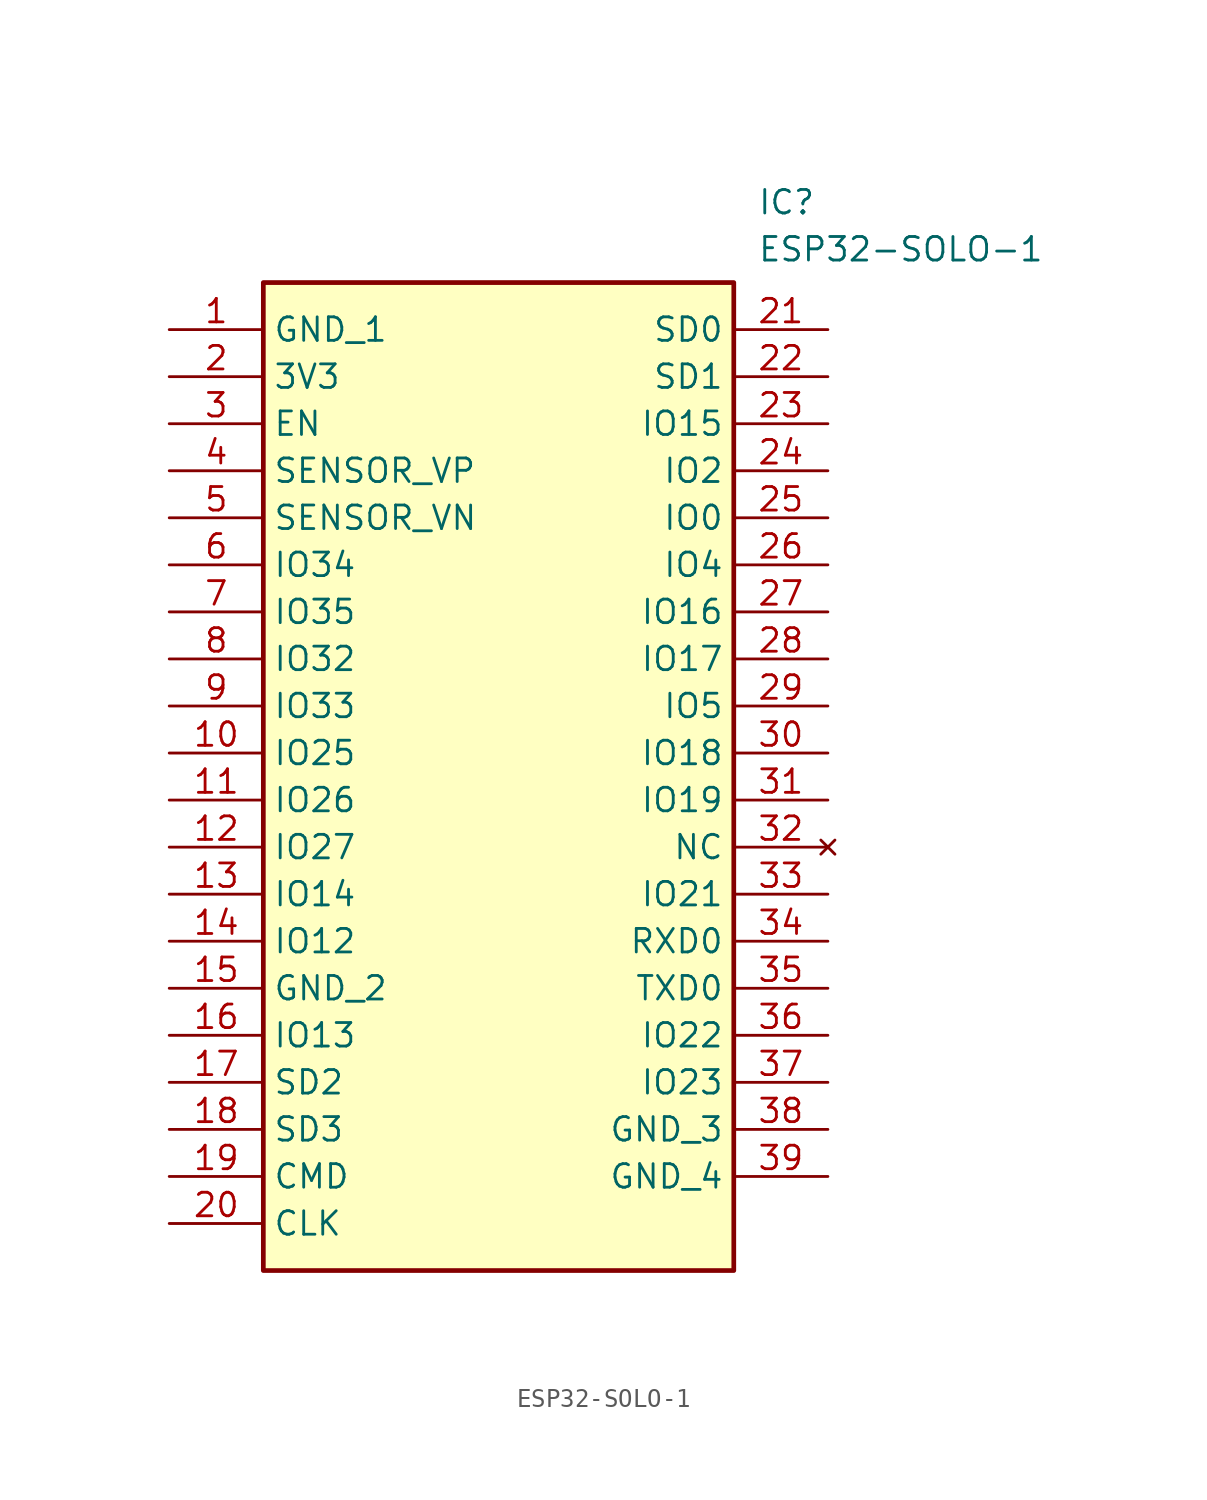
<source format=kicad_sym>
(kicad_symbol_lib
  (version 20211014)
  (generator SamacSys_ECAD_Model)
  (symbol "ESP32-SOLO-1"
    (property "Reference" "IC"
      (at 31.75 7.62 0)
      (effects (font (size 1.27 1.27)) (justify left top)))
    (property "Value" "ESP32-SOLO-1"
      (at 31.75 5.08 0)
      (effects (font (size 1.27 1.27)) (justify left top)))
    (rectangle
      (start 5.08 2.54)
      (end 30.48 -50.8)
      (stroke (width 0.254) (type default))
      (fill (type background)))
    (pin passive line
      (at 0 0 0)
      (length 5.08)
      (name "GND_1" (effects (font (size 1.27 1.27))))
      (number "1" (effects (font (size 1.27 1.27)))))
    (pin passive line
      (at 0 -2.54 0)
      (length 5.08)
      (name "3V3" (effects (font (size 1.27 1.27))))
      (number "2" (effects (font (size 1.27 1.27)))))
    (pin passive line
      (at 0 -5.08 0)
      (length 5.08)
      (name "EN" (effects (font (size 1.27 1.27))))
      (number "3" (effects (font (size 1.27 1.27)))))
    (pin passive line
      (at 0 -7.62 0)
      (length 5.08)
      (name "SENSOR_VP" (effects (font (size 1.27 1.27))))
      (number "4" (effects (font (size 1.27 1.27)))))
    (pin passive line
      (at 0 -10.16 0)
      (length 5.08)
      (name "SENSOR_VN" (effects (font (size 1.27 1.27))))
      (number "5" (effects (font (size 1.27 1.27)))))
    (pin passive line
      (at 0 -12.7 0)
      (length 5.08)
      (name "IO34" (effects (font (size 1.27 1.27))))
      (number "6" (effects (font (size 1.27 1.27)))))
    (pin passive line
      (at 0 -15.24 0)
      (length 5.08)
      (name "IO35" (effects (font (size 1.27 1.27))))
      (number "7" (effects (font (size 1.27 1.27)))))
    (pin passive line
      (at 0 -17.78 0)
      (length 5.08)
      (name "IO32" (effects (font (size 1.27 1.27))))
      (number "8" (effects (font (size 1.27 1.27)))))
    (pin passive line
      (at 0 -20.32 0)
      (length 5.08)
      (name "IO33" (effects (font (size 1.27 1.27))))
      (number "9" (effects (font (size 1.27 1.27)))))
    (pin passive line
      (at 0 -22.86 0)
      (length 5.08)
      (name "IO25" (effects (font (size 1.27 1.27))))
      (number "10" (effects (font (size 1.27 1.27)))))
    (pin passive line
      (at 0 -25.4 0)
      (length 5.08)
      (name "IO26" (effects (font (size 1.27 1.27))))
      (number "11" (effects (font (size 1.27 1.27)))))
    (pin passive line
      (at 0 -27.94 0)
      (length 5.08)
      (name "IO27" (effects (font (size 1.27 1.27))))
      (number "12" (effects (font (size 1.27 1.27)))))
    (pin passive line
      (at 0 -30.48 0)
      (length 5.08)
      (name "IO14" (effects (font (size 1.27 1.27))))
      (number "13" (effects (font (size 1.27 1.27)))))
    (pin passive line
      (at 0 -33.02 0)
      (length 5.08)
      (name "IO12" (effects (font (size 1.27 1.27))))
      (number "14" (effects (font (size 1.27 1.27)))))
    (pin passive line
      (at 0 -35.56 0)
      (length 5.08)
      (name "GND_2" (effects (font (size 1.27 1.27))))
      (number "15" (effects (font (size 1.27 1.27)))))
    (pin passive line
      (at 0 -38.1 0)
      (length 5.08)
      (name "IO13" (effects (font (size 1.27 1.27))))
      (number "16" (effects (font (size 1.27 1.27)))))
    (pin passive line
      (at 0 -40.64 0)
      (length 5.08)
      (name "SD2" (effects (font (size 1.27 1.27))))
      (number "17" (effects (font (size 1.27 1.27)))))
    (pin passive line
      (at 0 -43.18 0)
      (length 5.08)
      (name "SD3" (effects (font (size 1.27 1.27))))
      (number "18" (effects (font (size 1.27 1.27)))))
    (pin passive line
      (at 0 -45.72 0)
      (length 5.08)
      (name "CMD" (effects (font (size 1.27 1.27))))
      (number "19" (effects (font (size 1.27 1.27)))))
    (pin passive line
      (at 0 -48.26 0)
      (length 5.08)
      (name "CLK" (effects (font (size 1.27 1.27))))
      (number "20" (effects (font (size 1.27 1.27)))))
    (pin passive line
      (at 35.56 0 180)
      (length 5.08)
      (name "SD0" (effects (font (size 1.27 1.27))))
      (number "21" (effects (font (size 1.27 1.27)))))
    (pin passive line
      (at 35.56 -2.54 180)
      (length 5.08)
      (name "SD1" (effects (font (size 1.27 1.27))))
      (number "22" (effects (font (size 1.27 1.27)))))
    (pin passive line
      (at 35.56 -5.08 180)
      (length 5.08)
      (name "IO15" (effects (font (size 1.27 1.27))))
      (number "23" (effects (font (size 1.27 1.27)))))
    (pin passive line
      (at 35.56 -7.62 180)
      (length 5.08)
      (name "IO2" (effects (font (size 1.27 1.27))))
      (number "24" (effects (font (size 1.27 1.27)))))
    (pin passive line
      (at 35.56 -10.16 180)
      (length 5.08)
      (name "IO0" (effects (font (size 1.27 1.27))))
      (number "25" (effects (font (size 1.27 1.27)))))
    (pin passive line
      (at 35.56 -12.7 180)
      (length 5.08)
      (name "IO4" (effects (font (size 1.27 1.27))))
      (number "26" (effects (font (size 1.27 1.27)))))
    (pin passive line
      (at 35.56 -15.24 180)
      (length 5.08)
      (name "IO16" (effects (font (size 1.27 1.27))))
      (number "27" (effects (font (size 1.27 1.27)))))
    (pin passive line
      (at 35.56 -17.78 180)
      (length 5.08)
      (name "IO17" (effects (font (size 1.27 1.27))))
      (number "28" (effects (font (size 1.27 1.27)))))
    (pin passive line
      (at 35.56 -20.32 180)
      (length 5.08)
      (name "IO5" (effects (font (size 1.27 1.27))))
      (number "29" (effects (font (size 1.27 1.27)))))
    (pin passive line
      (at 35.56 -22.86 180)
      (length 5.08)
      (name "IO18" (effects (font (size 1.27 1.27))))
      (number "30" (effects (font (size 1.27 1.27)))))
    (pin passive line
      (at 35.56 -25.4 180)
      (length 5.08)
      (name "IO19" (effects (font (size 1.27 1.27))))
      (number "31" (effects (font (size 1.27 1.27)))))
    (pin no_connect line
      (at 35.56 -27.94 180)
      (length 5.08)
      (name "NC" (effects (font (size 1.27 1.27))))
      (number "32" (effects (font (size 1.27 1.27)))))
    (pin passive line
      (at 35.56 -30.48 180)
      (length 5.08)
      (name "IO21" (effects (font (size 1.27 1.27))))
      (number "33" (effects (font (size 1.27 1.27)))))
    (pin passive line
      (at 35.56 -33.02 180)
      (length 5.08)
      (name "RXD0" (effects (font (size 1.27 1.27))))
      (number "34" (effects (font (size 1.27 1.27)))))
    (pin passive line
      (at 35.56 -35.56 180)
      (length 5.08)
      (name "TXD0" (effects (font (size 1.27 1.27))))
      (number "35" (effects (font (size 1.27 1.27)))))
    (pin passive line
      (at 35.56 -38.1 180)
      (length 5.08)
      (name "IO22" (effects (font (size 1.27 1.27))))
      (number "36" (effects (font (size 1.27 1.27)))))
    (pin passive line
      (at 35.56 -40.64 180)
      (length 5.08)
      (name "IO23" (effects (font (size 1.27 1.27))))
      (number "37" (effects (font (size 1.27 1.27)))))
    (pin passive line
      (at 35.56 -43.18 180)
      (length 5.08)
      (name "GND_3" (effects (font (size 1.27 1.27))))
      (number "38" (effects (font (size 1.27 1.27)))))
    (pin passive line
      (at 35.56 -45.72 180)
      (length 5.08)
      (name "GND_4" (effects (font (size 1.27 1.27))))
      (number "39" (effects (font (size 1.27 1.27)))))))
</source>
